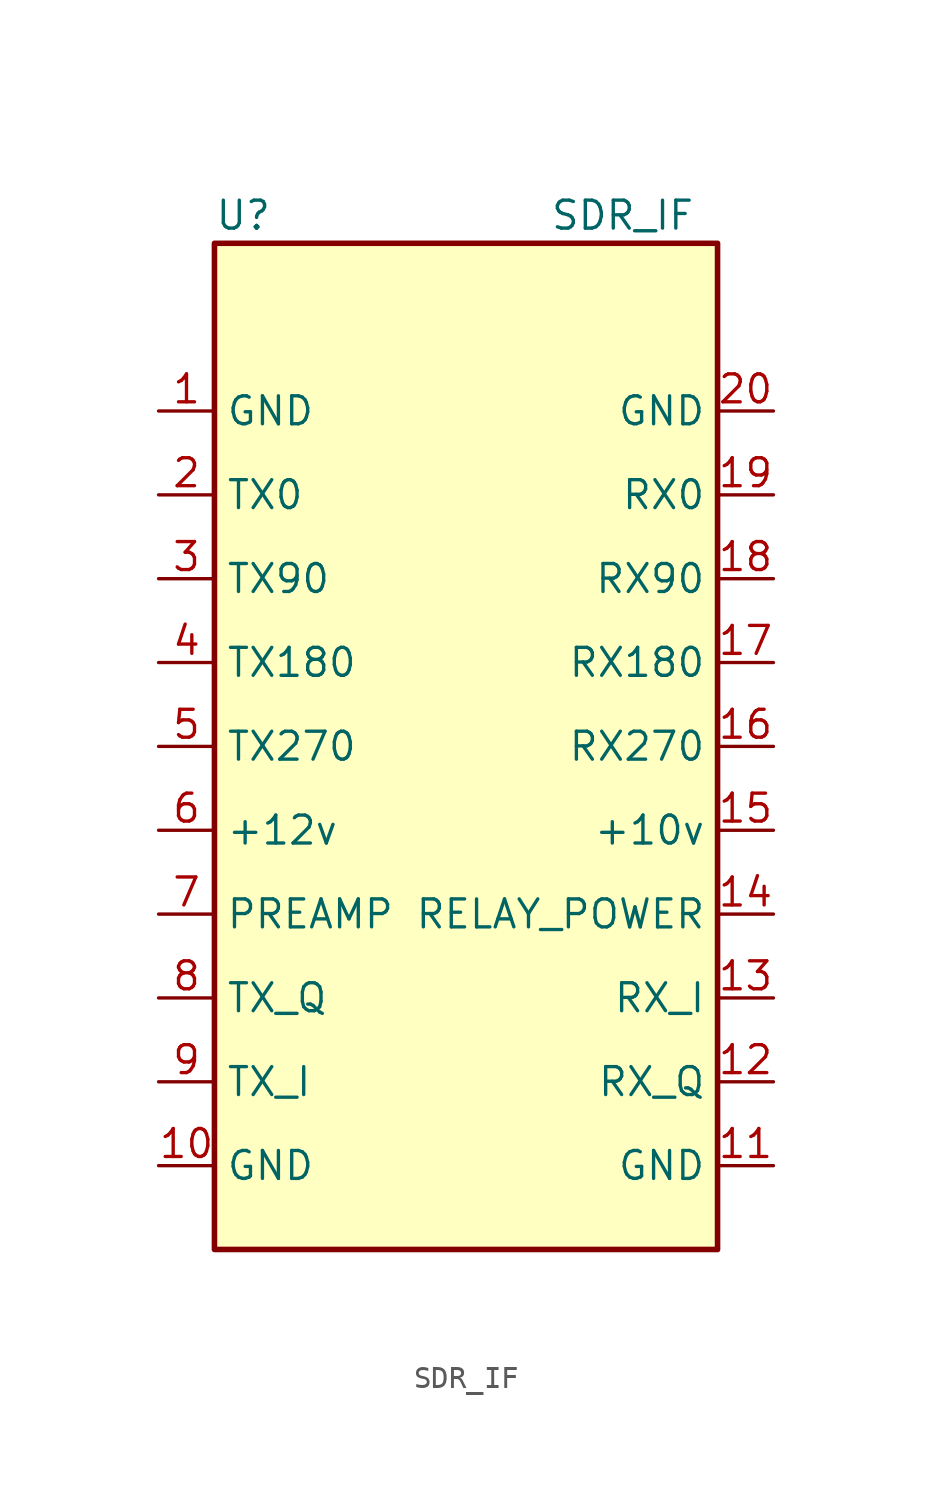
<source format=kicad_sym>
(kicad_symbol_lib
  (version 20231120)
  (generator "kicad_symbol_editor")
  (generator_version "8.0")
  (symbol "SDR_IF"
    (property "Reference" "U"
      (at -10.16 24.13 0)
      (effects (font (size 1.27 1.27)) (justify left)))
    (property "Value" "SDR_IF"
      (at 5.08 24.13 0)
      (effects (font (size 1.27 1.27)) (justify left)))
    (symbol "SDR_IF_0_1"
      (rectangle (start -10.16 22.86) (end 12.7 -22.86) (stroke (width 0.254) (type default)) (fill (type background))))
    (symbol "SDR_IF_1_1"
      (pin power_in line (at -12.7 15.24 0) (length 2.54) (name "GND" (effects (font (size 1.27 1.27)))) (number "1" (effects (font (size 1.27 1.27)))) (alternate "I2C1_SDA" bidirectional line) (alternate "I2S2_WS" bidirectional line) (alternate "IR_OUT" bidirectional line) (alternate "SPI2_NSS" bidirectional line) (alternate "TIM17_CH1" bidirectional line) (alternate "TIM4_CH4" bidirectional line) (alternate "USART3_RX" bidirectional line) (alternate "USART6_RX" bidirectional line))
      (pin power_in line (at -12.7 -19.05 0) (length 2.54) (name "GND" (effects (font (size 1.27 1.27)))) (number "10" (effects (font (size 1.27 1.27)))) (alternate "ADC1_IN3" bidirectional line) (alternate "I2S2_MCK" bidirectional line) (alternate "SPI2_MISO" bidirectional line) (alternate "TIM15_CH2" bidirectional line) (alternate "USART2_RX" bidirectional line))
      (pin power_in line (at 15.24 -19.05 180) (length 2.54) (name "GND" (effects (font (size 1.27 1.27)))) (number "11" (effects (font (size 1.27 1.27)))) (alternate "ADC1_IN4" bidirectional line) (alternate "I2S1_WS" bidirectional line) (alternate "I2S2_SD" bidirectional line) (alternate "RTC_OUT1" bidirectional line) (alternate "RTC_TAMP_IN1" bidirectional line) (alternate "RTC_TS" bidirectional line) (alternate "SPI1_NSS" bidirectional line) (alternate "SPI2_MOSI" bidirectional line) (alternate "SPI3_NSS" bidirectional line) (alternate "SYS_WKUP2" bidirectional line) (alternate "TIM14_CH1" bidirectional line) (alternate "USART6_TX" bidirectional line))
      (pin output line (at 15.24 -15.24 180) (length 2.54) (name "RX_Q" (effects (font (size 1.27 1.27)))) (number "12" (effects (font (size 1.27 1.27)))) (alternate "ADC1_IN5" bidirectional line) (alternate "I2S1_CK" bidirectional line) (alternate "SPI1_SCK" bidirectional line) (alternate "USART3_TX" bidirectional line) (alternate "USART6_RX" bidirectional line))
      (pin output line (at 15.24 -11.43 180) (length 2.54) (name "RX_I" (effects (font (size 1.27 1.27)))) (number "13" (effects (font (size 1.27 1.27)))) (alternate "ADC1_IN6" bidirectional line) (alternate "I2C2_SDA" bidirectional line) (alternate "I2C3_SDA" bidirectional line) (alternate "I2S1_MCK" bidirectional line) (alternate "SPI1_MISO" bidirectional line) (alternate "TIM16_CH1" bidirectional line) (alternate "TIM1_BK" bidirectional line) (alternate "TIM3_CH1" bidirectional line) (alternate "USART3_CTS" bidirectional line) (alternate "USART3_NSS" bidirectional line) (alternate "USART6_CTS" bidirectional line) (alternate "USART6_NSS" bidirectional line))
      (pin power_in line (at 15.24 -7.62 180) (length 2.54) (name "RELAY_POWER" (effects (font (size 1.27 1.27)))) (number "14" (effects (font (size 1.27 1.27)))) (alternate "ADC1_IN7" bidirectional line) (alternate "I2C2_SCL" bidirectional line) (alternate "I2C3_SCL" bidirectional line) (alternate "I2S1_SD" bidirectional line) (alternate "SPI1_MOSI" bidirectional line) (alternate "TIM14_CH1" bidirectional line) (alternate "TIM17_CH1" bidirectional line) (alternate "TIM1_CH1N" bidirectional line) (alternate "TIM3_CH2" bidirectional line) (alternate "USART6_CK" bidirectional line) (alternate "USART6_DE" bidirectional line) (alternate "USART6_RTS" bidirectional line))
      (pin power_out line (at 15.24 -3.81 180) (length 2.54) (name "+10v" (effects (font (size 1.27 1.27)))) (number "15" (effects (font (size 1.27 1.27)))) (alternate "ADC1_IN8" bidirectional line) (alternate "I2S1_WS" bidirectional line) (alternate "SPI1_NSS" bidirectional line) (alternate "TIM1_CH2N" bidirectional line) (alternate "TIM3_CH3" bidirectional line) (alternate "USART3_RX" bidirectional line) (alternate "USART5_TX" bidirectional line))
      (pin input line (at 15.24 0 180) (length 2.54) (name "RX270" (effects (font (size 1.27 1.27)))) (number "16" (effects (font (size 1.27 1.27)))) (alternate "ADC1_IN9" bidirectional line) (alternate "TIM14_CH1" bidirectional line) (alternate "TIM1_CH3N" bidirectional line) (alternate "TIM3_CH4" bidirectional line) (alternate "USART3_CK" bidirectional line) (alternate "USART3_DE" bidirectional line) (alternate "USART3_RTS" bidirectional line) (alternate "USART5_RX" bidirectional line))
      (pin input line (at 15.24 3.81 180) (length 2.54) (name "RX180" (effects (font (size 1.27 1.27)))) (number "17" (effects (font (size 1.27 1.27)))) (alternate "ADC1_IN10" bidirectional line) (alternate "I2S2_MCK" bidirectional line) (alternate "RCC_MCO_2" bidirectional line) (alternate "SPI2_MISO" bidirectional line) (alternate "USART3_TX" bidirectional line))
      (pin input line (at 15.24 7.62 180) (length 2.54) (name "RX90" (effects (font (size 1.27 1.27)))) (number "18" (effects (font (size 1.27 1.27)))) (alternate "CRS1_SYNC" bidirectional line) (alternate "I2C2_SMBA" bidirectional line) (alternate "I2S2_WS" bidirectional line) (alternate "RCC_MCO" bidirectional line) (alternate "SPI2_NSS" bidirectional line) (alternate "TIM1_CH1" bidirectional line))
      (pin input line (at 15.24 11.43 180) (length 2.54) (name "RX0" (effects (font (size 1.27 1.27)))) (number "19" (effects (font (size 1.27 1.27)))) (alternate "I2C1_SCL" bidirectional line) (alternate "I2C2_SCL" bidirectional line) (alternate "I2S2_MCK" bidirectional line) (alternate "RCC_MCO" bidirectional line) (alternate "SPI2_MISO" bidirectional line) (alternate "TIM15_BK" bidirectional line) (alternate "TIM1_CH2" bidirectional line) (alternate "USART1_TX" bidirectional line))
      (pin output line (at -12.7 11.43 0) (length 2.54) (name "TX0" (effects (font (size 1.27 1.27)))) (number "2" (effects (font (size 1.27 1.27)))) (alternate "RCC_OSC32_IN" bidirectional line) (alternate "RCC_OSC_IN" bidirectional line) (alternate "TIM1_BK2" bidirectional line))
      (pin power_in line (at 15.24 15.24 180) (length 2.54) (name "GND" (effects (font (size 1.27 1.27)))) (number "20" (effects (font (size 1.27 1.27)))) (alternate "TIM3_CH1" bidirectional line))
      (pin output line (at -12.7 7.62 0) (length 2.54) (name "TX90" (effects (font (size 1.27 1.27)))) (number "3" (effects (font (size 1.27 1.27)))) (alternate "RCC_OSC32_EN" bidirectional line) (alternate "RCC_OSC32_OUT" bidirectional line) (alternate "RCC_OSC_EN" bidirectional line) (alternate "TIM15_BK" bidirectional line))
      (pin output line (at -12.7 3.81 0) (length 2.54) (name "TX180" (effects (font (size 1.27 1.27)))) (number "4" (effects (font (size 1.27 1.27)))) (alternate "I2C2_SMBA" bidirectional line) (alternate "I2S1_WS" bidirectional line) (alternate "RCC_MCO_2" bidirectional line) (alternate "SPI1_NSS" bidirectional line) (alternate "SPI3_NSS" bidirectional line) (alternate "USART2_RX" bidirectional line) (alternate "USART3_CK" bidirectional line) (alternate "USART3_DE" bidirectional line) (alternate "USART3_RTS" bidirectional line) (alternate "USART4_CK" bidirectional line) (alternate "USART4_DE" bidirectional line) (alternate "USART4_RTS" bidirectional line))
      (pin output line (at -12.7 0 0) (length 2.54) (name "TX270" (effects (font (size 1.27 1.27)))) (number "5" (effects (font (size 1.27 1.27)))))
      (pin power_in line (at -12.7 -3.81 0) (length 2.54) (name "+12v" (effects (font (size 1.27 1.27)))) (number "6" (effects (font (size 1.27 1.27)))))
      (pin input line (at -12.7 -7.62 0) (length 2.54) (name "PREAMP" (effects (font (size 1.27 1.27)))) (number "7" (effects (font (size 1.27 1.27)))) (alternate "ADC1_IN0" bidirectional line) (alternate "I2S2_CK" bidirectional line) (alternate "RTC_TAMP_IN2" bidirectional line) (alternate "SPI2_SCK" bidirectional line) (alternate "SYS_WKUP1" bidirectional line) (alternate "USART2_CTS" bidirectional line) (alternate "USART2_NSS" bidirectional line) (alternate "USART4_TX" bidirectional line))
      (pin input line (at -12.7 -11.43 0) (length 2.54) (name "TX_Q" (effects (font (size 1.27 1.27)))) (number "8" (effects (font (size 1.27 1.27)))) (alternate "ADC1_IN1" bidirectional line) (alternate "I2C1_SMBA" bidirectional line) (alternate "I2S1_CK" bidirectional line) (alternate "SPI1_SCK" bidirectional line) (alternate "TIM15_CH1N" bidirectional line) (alternate "USART2_CK" bidirectional line) (alternate "USART2_DE" bidirectional line) (alternate "USART2_RTS" bidirectional line) (alternate "USART4_RX" bidirectional line))
      (pin input line (at -12.7 -15.24 0) (length 2.54) (name "TX_I" (effects (font (size 1.27 1.27)))) (number "9" (effects (font (size 1.27 1.27)))) (alternate "ADC1_IN2" bidirectional line) (alternate "I2S1_SD" bidirectional line) (alternate "RCC_LSCO" bidirectional line) (alternate "SPI1_MOSI" bidirectional line) (alternate "SYS_WKUP4" bidirectional line) (alternate "TIM15_CH1" bidirectional line) (alternate "USART2_TX" bidirectional line)))))
</source>
